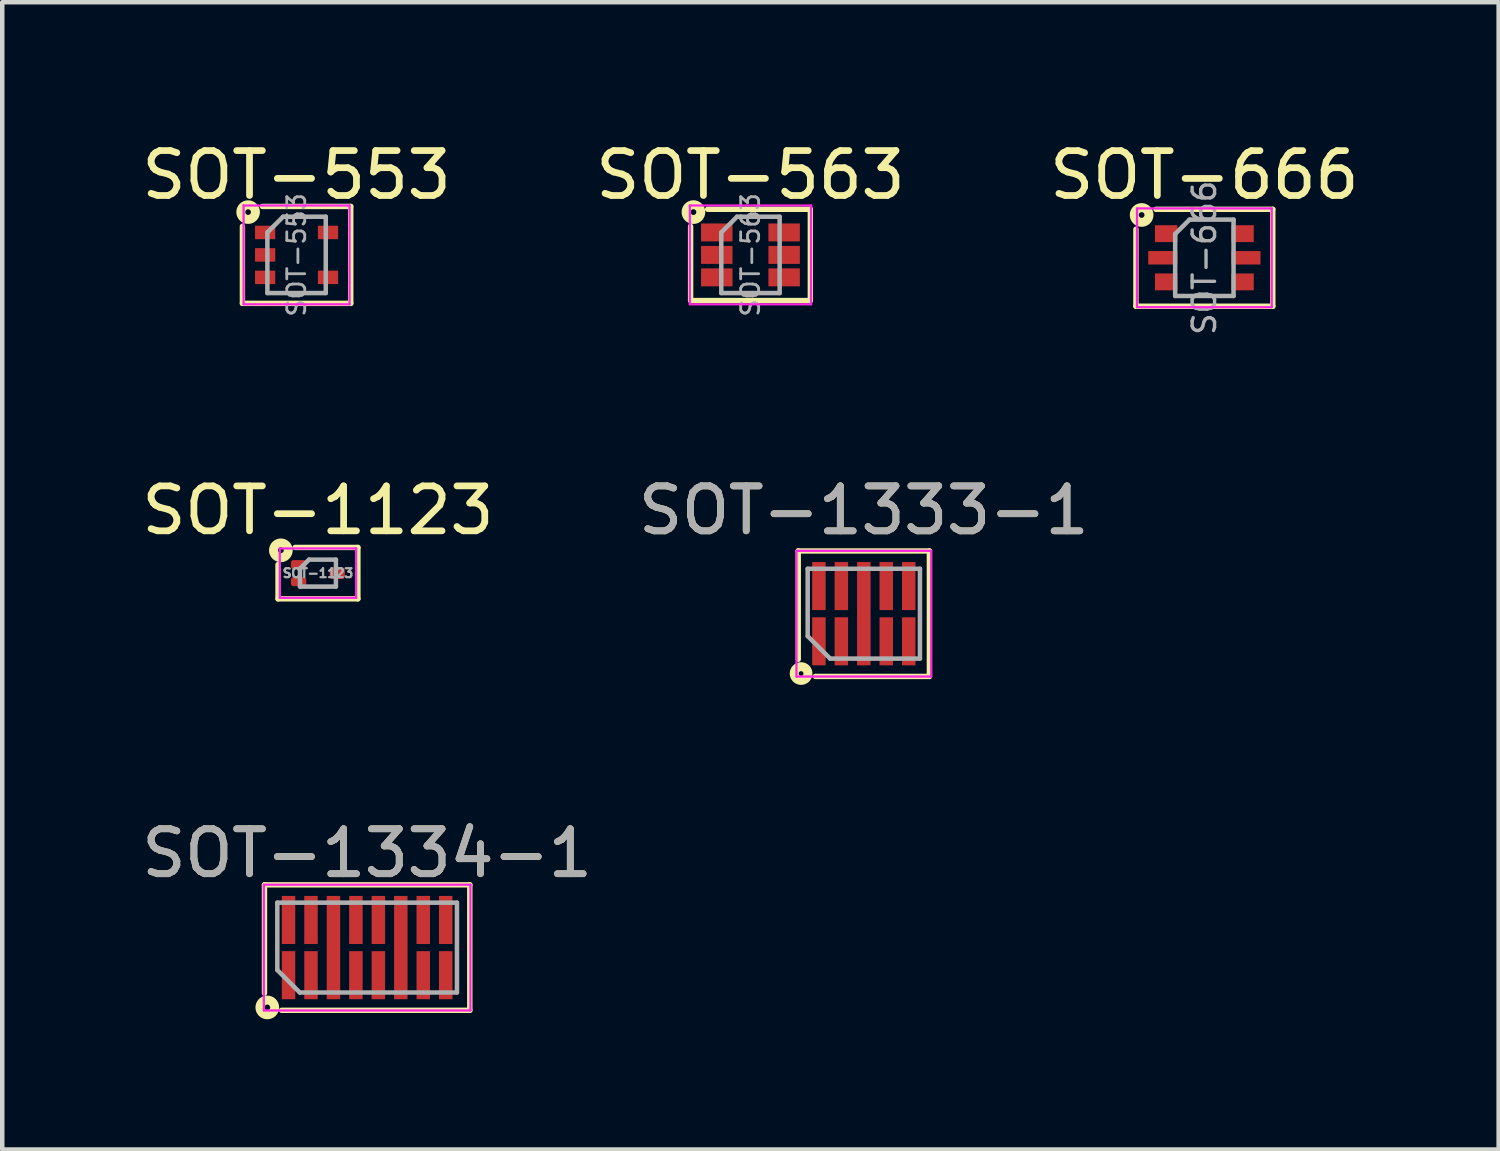
<source format=kicad_pcb>
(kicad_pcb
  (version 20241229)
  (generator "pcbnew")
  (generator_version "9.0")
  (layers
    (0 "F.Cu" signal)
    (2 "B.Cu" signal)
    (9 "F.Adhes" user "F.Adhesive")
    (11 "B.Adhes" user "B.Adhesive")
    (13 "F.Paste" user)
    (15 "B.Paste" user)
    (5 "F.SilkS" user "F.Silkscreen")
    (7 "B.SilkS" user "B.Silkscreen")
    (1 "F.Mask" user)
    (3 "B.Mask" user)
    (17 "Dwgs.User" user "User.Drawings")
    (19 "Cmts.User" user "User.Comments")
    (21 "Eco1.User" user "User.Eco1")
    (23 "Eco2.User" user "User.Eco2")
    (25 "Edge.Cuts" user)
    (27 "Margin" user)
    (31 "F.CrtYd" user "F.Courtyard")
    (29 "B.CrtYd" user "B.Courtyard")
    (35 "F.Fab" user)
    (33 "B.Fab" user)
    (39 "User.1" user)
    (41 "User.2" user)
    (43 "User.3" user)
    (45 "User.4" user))
  (footprint "SOT-1123"
    (layer "F.Cu")
    (at 4.03 9.712)
    (property "Reference" "SOT-1123" (at 0 -1.397 0) (layer "F.SilkS") (effects (font (size 1 1) (thickness 0.15))))
    (attr smd)
    (fp_line (start -0.889 -0.191) (end -0.889 0.572) (stroke (width 0.12) (type solid)) (layer "F.SilkS"))
    (fp_line (start -0.889 0.572) (end 0.889 0.572) (stroke (width 0.12) (type solid)) (layer "F.SilkS"))
    (fp_line (start 0.889 -0.572) (end -0.508 -0.572) (stroke (width 0.12) (type solid)) (layer "F.SilkS"))
    (fp_line (start 0.889 0.572) (end 0.889 -0.572) (stroke (width 0.12) (type solid)) (layer "F.SilkS"))
    (fp_circle (center -0.826 -0.508) (end -0.762 -0.508) (stroke (width 0.2) (type solid)) (fill no) (layer "F.SilkS"))
    (fp_line (start -0.85 -0.55) (end 0.85 -0.55) (stroke (width 0.05) (type solid)) (layer "F.CrtYd"))
    (fp_line (start -0.85 0.55) (end -0.85 -0.55) (stroke (width 0.05) (type solid)) (layer "F.CrtYd"))
    (fp_line (start 0.85 -0.55) (end 0.85 0.55) (stroke (width 0.05) (type solid)) (layer "F.CrtYd"))
    (fp_line (start 0.85 0.55) (end -0.85 0.55) (stroke (width 0.05) (type solid)) (layer "F.CrtYd"))
    (fp_line (start -0.4 -0.1) (end -0.4 0.3) (stroke (width 0.1) (type solid)) (layer "F.Fab"))
    (fp_line (start -0.4 0.3) (end 0.4 0.3) (stroke (width 0.1) (type solid)) (layer "F.Fab"))
    (fp_line (start -0.2 -0.3) (end -0.4 -0.1) (stroke (width 0.1) (type solid)) (layer "F.Fab"))
    (fp_line (start 0.4 -0.3) (end -0.2 -0.3) (stroke (width 0.1) (type solid)) (layer "F.Fab"))
    (fp_line (start 0.4 0.3) (end 0.4 -0.3) (stroke (width 0.1) (type solid)) (layer "F.Fab"))
    (fp_text user "${REFERENCE}" (at 0 0 0) (layer "F.Fab") (effects (font (size 0.2 0.2) (thickness 0.05))))
    (pad "1" smd roundrect (at -0.43 -0.19) (size 0.34 0.2) (layers "F.Cu" "F.Mask" "F.Paste") (roundrect_rratio 0.25))
    (pad "2" smd roundrect (at -0.43 0.19) (size 0.34 0.2) (layers "F.Cu" "F.Mask" "F.Paste") (roundrect_rratio 0.25))
    (pad "3" smd roundrect (at 0.43 0) (size 0.34 0.26) (layers "F.Cu" "F.Mask" "F.Paste") (roundrect_rratio 0.25)))
  (footprint "SOT-553"
    (layer "F.Cu")
    (at 3.554 2.626)
    (property "Reference" "SOT-553" (at 0 -1.778 0) (layer "F.SilkS") (effects (font (size 1 1) (thickness 0.15))))
    (attr smd)
    (fp_line (start -1.206 -0.635) (end -1.206 1.079) (stroke (width 0.12) (type solid)) (layer "F.SilkS"))
    (fp_line (start -1.206 1.079) (end 1.206 1.079) (stroke (width 0.12) (type solid)) (layer "F.SilkS"))
    (fp_line (start 1.206 -1.079) (end -0.762 -1.079) (stroke (width 0.12) (type solid)) (layer "F.SilkS"))
    (fp_line (start 1.206 1.079) (end 1.206 -1.079) (stroke (width 0.12) (type solid)) (layer "F.SilkS"))
    (fp_circle (center -1.079 -0.953) (end -1.016 -0.953) (stroke (width 0.2) (type solid)) (fill no) (layer "F.SilkS"))
    (fp_line (start -1.18 -1.1) (end -1.18 1.1) (stroke (width 0.05) (type solid)) (layer "F.CrtYd"))
    (fp_line (start -1.18 -1.1) (end 1.18 -1.1) (stroke (width 0.05) (type solid)) (layer "F.CrtYd"))
    (fp_line (start 1.18 1.1) (end -1.18 1.1) (stroke (width 0.05) (type solid)) (layer "F.CrtYd"))
    (fp_line (start 1.18 1.1) (end 1.18 -1.1) (stroke (width 0.05) (type solid)) (layer "F.CrtYd"))
    (fp_line (start -0.65 -0.5) (end -0.65 0.85) (stroke (width 0.1) (type solid)) (layer "F.Fab"))
    (fp_line (start -0.65 -0.5) (end -0.3 -0.85) (stroke (width 0.1) (type solid)) (layer "F.Fab"))
    (fp_line (start -0.65 0.85) (end 0.65 0.85) (stroke (width 0.1) (type solid)) (layer "F.Fab"))
    (fp_line (start 0.65 -0.85) (end -0.3 -0.85) (stroke (width 0.1) (type solid)) (layer "F.Fab"))
    (fp_line (start 0.65 0.85) (end 0.65 -0.85) (stroke (width 0.1) (type solid)) (layer "F.Fab"))
    (fp_text user "${REFERENCE}" (at 0 0 90) (layer "F.Fab") (effects (font (size 0.4 0.4) (thickness 0.062))))
    (pad "1" smd rect (at -0.7 -0.5) (size 0.45 0.3) (layers "F.Cu" "F.Mask" "F.Paste"))
    (pad "2" smd rect (at -0.7 0) (size 0.45 0.3) (layers "F.Cu" "F.Mask" "F.Paste"))
    (pad "3" smd rect (at -0.7 0.5) (size 0.45 0.3) (layers "F.Cu" "F.Mask" "F.Paste"))
    (pad "4" smd rect (at 0.7 0.5) (size 0.45 0.3) (layers "F.Cu" "F.Mask" "F.Paste"))
    (pad "5" smd rect (at 0.7 -0.5) (size 0.45 0.3) (layers "F.Cu" "F.Mask" "F.Paste")))
  (footprint "SOT-1334-1"
    (layer "F.Cu")
    (at 5.125 18.05)
    (property "Reference" "SOT-1334-1" (at 0 -2.1 0) (layer "F.SilkS") (effects (font (size 1 1) (thickness 0.15))))
    (attr smd)
    (fp_line (start -2.286 -1.397) (end -2.286 1.016) (stroke (width 0.12) (type solid)) (layer "F.SilkS"))
    (fp_line (start -1.905 1.397) (end 2.286 1.397) (stroke (width 0.12) (type solid)) (layer "F.SilkS"))
    (fp_line (start 2.286 -1.397) (end -2.286 -1.397) (stroke (width 0.12) (type solid)) (layer "F.SilkS"))
    (fp_line (start 2.286 1.397) (end 2.286 -1.397) (stroke (width 0.12) (type solid)) (layer "F.SilkS"))
    (fp_circle (center -2.223 1.333) (end -2.159 1.333) (stroke (width 0.2) (type solid)) (fill no) (layer "F.SilkS"))
    (fp_line (start -2.3 -1.4) (end 2.3 -1.4) (stroke (width 0.05) (type solid)) (layer "F.CrtYd"))
    (fp_line (start -2.3 1.4) (end -2.3 -1.4) (stroke (width 0.05) (type solid)) (layer "F.CrtYd"))
    (fp_line (start 2.3 -1.4) (end 2.3 1.4) (stroke (width 0.05) (type solid)) (layer "F.CrtYd"))
    (fp_line (start 2.3 1.4) (end -2.3 1.4) (stroke (width 0.05) (type solid)) (layer "F.CrtYd"))
    (fp_line (start -2 -1) (end 2 -1) (stroke (width 0.1) (type solid)) (layer "F.Fab"))
    (fp_line (start -2 0.5) (end -2 -1) (stroke (width 0.1) (type solid)) (layer "F.Fab"))
    (fp_line (start -1.5 1) (end -2 0.5) (stroke (width 0.1) (type solid)) (layer "F.Fab"))
    (fp_line (start 2 -1) (end 2 1) (stroke (width 0.1) (type solid)) (layer "F.Fab"))
    (fp_line (start 2 1) (end -1.5 1) (stroke (width 0.1) (type solid)) (layer "F.Fab"))
    (fp_text user "${REFERENCE}" (at 0 -2.1 0) (layer "F.Fab") (effects (font (size 1 1) (thickness 0.15))))
    (pad "1" smd rect (at -1.75 0.615) (size 0.3 1.07) (layers "F.Cu" "F.Mask" "F.Paste"))
    (pad "2" smd rect (at -1.25 0.615) (size 0.3 1.07) (layers "F.Cu" "F.Mask" "F.Paste"))
    (pad "3" smd rect (at -0.75 0) (size 0.3 2.3) (layers "F.Cu" "F.Mask" "F.Paste"))
    (pad "4" smd rect (at -0.25 0.615) (size 0.3 1.07) (layers "F.Cu" "F.Mask" "F.Paste"))
    (pad "5" smd rect (at 0.25 0.615) (size 0.3 1.07) (layers "F.Cu" "F.Mask" "F.Paste"))
    (pad "6" smd rect (at 0.75 0) (size 0.3 2.3) (layers "F.Cu" "F.Mask" "F.Paste"))
    (pad "7" smd rect (at 1.25 0.615) (size 0.3 1.07) (layers "F.Cu" "F.Mask" "F.Paste"))
    (pad "8" smd rect (at 1.75 0.615) (size 0.3 1.07) (layers "F.Cu" "F.Mask" "F.Paste"))
    (pad "9" smd rect (at 1.75 -0.615) (size 0.3 1.07) (layers "F.Cu" "F.Mask" "F.Paste"))
    (pad "10" smd rect (at 1.25 -0.615) (size 0.3 1.07) (layers "F.Cu" "F.Mask" "F.Paste"))
    (pad "11" smd rect (at 0.25 -0.615) (size 0.3 1.07) (layers "F.Cu" "F.Mask" "F.Paste"))
    (pad "12" smd rect (at -0.25 -0.615) (size 0.3 1.07) (layers "F.Cu" "F.Mask" "F.Paste"))
    (pad "13" smd rect (at -1.25 -0.615) (size 0.3 1.07) (layers "F.Cu" "F.Mask" "F.Paste"))
    (pad "14" smd rect (at -1.75 -0.615) (size 0.3 1.07) (layers "F.Cu" "F.Mask" "F.Paste")))
  (footprint "SOT-1333-1"
    (layer "F.Cu")
    (at 16.185 10.615)
    (property "Reference" "SOT-1333-1" (at 0 -2.3 0) (layer "F.SilkS") (effects (font (size 1 1) (thickness 0.15))))
    (attr smd)
    (fp_line (start -1.46 -1.397) (end -1.46 1.016) (stroke (width 0.12) (type solid)) (layer "F.SilkS"))
    (fp_line (start -1.079 1.397) (end 1.46 1.397) (stroke (width 0.12) (type solid)) (layer "F.SilkS"))
    (fp_line (start 1.46 -1.397) (end -1.46 -1.397) (stroke (width 0.12) (type solid)) (layer "F.SilkS"))
    (fp_line (start 1.46 1.397) (end 1.46 -1.397) (stroke (width 0.12) (type solid)) (layer "F.SilkS"))
    (fp_circle (center -1.397 1.333) (end -1.344 1.333) (stroke (width 0.2) (type solid)) (fill no) (layer "F.SilkS"))
    (fp_line (start -1.5 -1.4) (end 1.5 -1.4) (stroke (width 0.05) (type solid)) (layer "F.CrtYd"))
    (fp_line (start -1.5 1.4) (end -1.5 -1.4) (stroke (width 0.05) (type solid)) (layer "F.CrtYd"))
    (fp_line (start 1.5 -1.4) (end 1.5 1.4) (stroke (width 0.05) (type solid)) (layer "F.CrtYd"))
    (fp_line (start 1.5 1.4) (end -1.5 1.4) (stroke (width 0.05) (type solid)) (layer "F.CrtYd"))
    (fp_line (start -1.25 -1) (end 1.25 -1) (stroke (width 0.1) (type solid)) (layer "F.Fab"))
    (fp_line (start -1.25 0.5) (end -1.25 -1) (stroke (width 0.1) (type solid)) (layer "F.Fab"))
    (fp_line (start -0.75 1) (end -1.25 0.5) (stroke (width 0.1) (type solid)) (layer "F.Fab"))
    (fp_line (start 1.25 -1) (end 1.25 1) (stroke (width 0.1) (type solid)) (layer "F.Fab"))
    (fp_line (start 1.25 1) (end -0.75 1) (stroke (width 0.1) (type solid)) (layer "F.Fab"))
    (fp_text user "${REFERENCE}" (at 0 -2.3 0) (layer "F.Fab") (effects (font (size 1 1) (thickness 0.15))))
    (pad "1" smd rect (at -1 0.615) (size 0.3 1.07) (layers "F.Cu" "F.Mask" "F.Paste"))
    (pad "2" smd rect (at -0.5 0.615) (size 0.3 1.07) (layers "F.Cu" "F.Mask" "F.Paste"))
    (pad "3" smd rect (at 0 0) (size 0.3 2.3) (layers "F.Cu" "F.Mask" "F.Paste"))
    (pad "4" smd rect (at 0.5 0.615) (size 0.3 1.07) (layers "F.Cu" "F.Mask" "F.Paste"))
    (pad "5" smd rect (at 1 0.615) (size 0.3 1.07) (layers "F.Cu" "F.Mask" "F.Paste"))
    (pad "6" smd rect (at 1 -0.615) (size 0.3 1.07) (layers "F.Cu" "F.Mask" "F.Paste"))
    (pad "7" smd rect (at 0.5 -0.615) (size 0.3 1.07) (layers "F.Cu" "F.Mask" "F.Paste"))
    (pad "8" smd rect (at -0.5 -0.615) (size 0.3 1.07) (layers "F.Cu" "F.Mask" "F.Paste"))
    (pad "9" smd rect (at -1 -0.615) (size 0.3 1.07) (layers "F.Cu" "F.Mask" "F.Paste")))
  (footprint "SOT-563"
    (layer "F.Cu")
    (at 13.661 2.626)
    (property "Reference" "SOT-563" (at 0 -1.778 0) (layer "F.SilkS") (effects (font (size 1 1) (thickness 0.15))))
    (attr smd)
    (fp_line (start -1.333 -0.635) (end -1.333 1.016) (stroke (width 0.12) (type solid)) (layer "F.SilkS"))
    (fp_line (start -1.333 1.016) (end 1.333 1.016) (stroke (width 0.12) (type solid)) (layer "F.SilkS"))
    (fp_line (start 1.333 -1.016) (end -0.953 -1.016) (stroke (width 0.12) (type solid)) (layer "F.SilkS"))
    (fp_line (start 1.333 1.016) (end 1.333 -1.016) (stroke (width 0.12) (type solid)) (layer "F.SilkS"))
    (fp_circle (center -1.27 -0.953) (end -1.206 -0.953) (stroke (width 0.2) (type solid)) (fill no) (layer "F.SilkS"))
    (fp_line (start -1.35 -1.1) (end -1.35 1.1) (stroke (width 0.05) (type solid)) (layer "F.CrtYd"))
    (fp_line (start -1.35 -1.1) (end 1.35 -1.1) (stroke (width 0.05) (type solid)) (layer "F.CrtYd"))
    (fp_line (start 1.35 1.1) (end -1.35 1.1) (stroke (width 0.05) (type solid)) (layer "F.CrtYd"))
    (fp_line (start 1.35 1.1) (end 1.35 -1.1) (stroke (width 0.05) (type solid)) (layer "F.CrtYd"))
    (fp_line (start -0.65 -0.5) (end -0.65 0.85) (stroke (width 0.1) (type solid)) (layer "F.Fab"))
    (fp_line (start -0.65 -0.5) (end -0.3 -0.85) (stroke (width 0.1) (type solid)) (layer "F.Fab"))
    (fp_line (start -0.65 0.85) (end 0.65 0.85) (stroke (width 0.1) (type solid)) (layer "F.Fab"))
    (fp_line (start 0.65 -0.85) (end -0.3 -0.85) (stroke (width 0.1) (type solid)) (layer "F.Fab"))
    (fp_line (start 0.65 0.85) (end 0.65 -0.85) (stroke (width 0.1) (type solid)) (layer "F.Fab"))
    (fp_text user "${REFERENCE}" (at 0 0 90) (layer "F.Fab") (effects (font (size 0.4 0.4) (thickness 0.062))))
    (pad "1" smd rect (at -0.75 -0.5) (size 0.7 0.4) (layers "F.Cu" "F.Mask" "F.Paste"))
    (pad "2" smd rect (at -0.75 0) (size 0.7 0.4) (layers "F.Cu" "F.Mask" "F.Paste"))
    (pad "3" smd rect (at -0.75 0.5) (size 0.7 0.4) (layers "F.Cu" "F.Mask" "F.Paste"))
    (pad "4" smd rect (at 0.75 0.5) (size 0.7 0.4) (layers "F.Cu" "F.Mask" "F.Paste"))
    (pad "5" smd rect (at 0.75 0) (size 0.7 0.4) (layers "F.Cu" "F.Mask" "F.Paste"))
    (pad "6" smd rect (at 0.75 -0.5) (size 0.7 0.4) (layers "F.Cu" "F.Mask" "F.Paste")))
  (footprint "SOT-666"
    (layer "F.Cu")
    (at 23.768 2.69)
    (property "Reference" "SOT-666" (at 0 -1.841 0) (layer "F.SilkS") (effects (font (size 1 1) (thickness 0.15))))
    (attr smd)
    (fp_line (start -1.524 -0.635) (end -1.524 1.079) (stroke (width 0.12) (type solid)) (layer "F.SilkS"))
    (fp_line (start -1.524 1.079) (end 1.524 1.079) (stroke (width 0.12) (type solid)) (layer "F.SilkS"))
    (fp_line (start 1.524 -1.079) (end -1.079 -1.079) (stroke (width 0.12) (type solid)) (layer "F.SilkS"))
    (fp_line (start 1.524 1.079) (end 1.524 -1.079) (stroke (width 0.12) (type solid)) (layer "F.SilkS"))
    (fp_circle (center -1.397 -0.953) (end -1.333 -0.953) (stroke (width 0.2) (type solid)) (fill no) (layer "F.SilkS"))
    (fp_line (start -1.5 -1.1) (end -1.5 1.1) (stroke (width 0.05) (type solid)) (layer "F.CrtYd"))
    (fp_line (start -1.5 -1.1) (end 1.5 -1.1) (stroke (width 0.05) (type solid)) (layer "F.CrtYd"))
    (fp_line (start -1.5 1.1) (end 1.5 1.1) (stroke (width 0.05) (type solid)) (layer "F.CrtYd"))
    (fp_line (start 1.5 1.1) (end 1.5 -1.1) (stroke (width 0.05) (type solid)) (layer "F.CrtYd"))
    (fp_line (start -0.65 -0.53) (end -0.65 0.85) (stroke (width 0.1) (type solid)) (layer "F.Fab"))
    (fp_line (start -0.65 -0.53) (end -0.33 -0.85) (stroke (width 0.1) (type solid)) (layer "F.Fab"))
    (fp_line (start 0.65 -0.85) (end -0.33 -0.85) (stroke (width 0.1) (type solid)) (layer "F.Fab"))
    (fp_line (start 0.65 -0.85) (end 0.65 0.85) (stroke (width 0.1) (type solid)) (layer "F.Fab"))
    (fp_line (start 0.65 0.85) (end -0.65 0.85) (stroke (width 0.1) (type solid)) (layer "F.Fab"))
    (fp_text user "${REFERENCE}" (at 0 0 90) (layer "F.Fab") (effects (font (size 0.5 0.5) (thickness 0.075))))
    (pad "1" smd rect (at -0.85 -0.537) (size 0.5 0.375) (layers "F.Cu" "F.Mask" "F.Paste"))
    (pad "2" smd rect (at -0.925 0) (size 0.65 0.3) (layers "F.Cu" "F.Mask" "F.Paste"))
    (pad "3" smd rect (at -0.85 0.537) (size 0.5 0.375) (layers "F.Cu" "F.Mask" "F.Paste"))
    (pad "4" smd rect (at 0.85 0.537) (size 0.5 0.375) (layers "F.Cu" "F.Mask" "F.Paste"))
    (pad "5" smd rect (at 0.925 0) (size 0.65 0.3) (layers "F.Cu" "F.Mask" "F.Paste"))
    (pad "6" smd rect (at 0.85 -0.537) (size 0.5 0.375) (layers "F.Cu" "F.Mask" "F.Paste")))
  (gr_rect
    (start -3 -3)
    (end 30.321 22.547)
    (stroke (width 0.1) (type default))
    (fill no)
    (layer "Edge.Cuts")))
</source>
